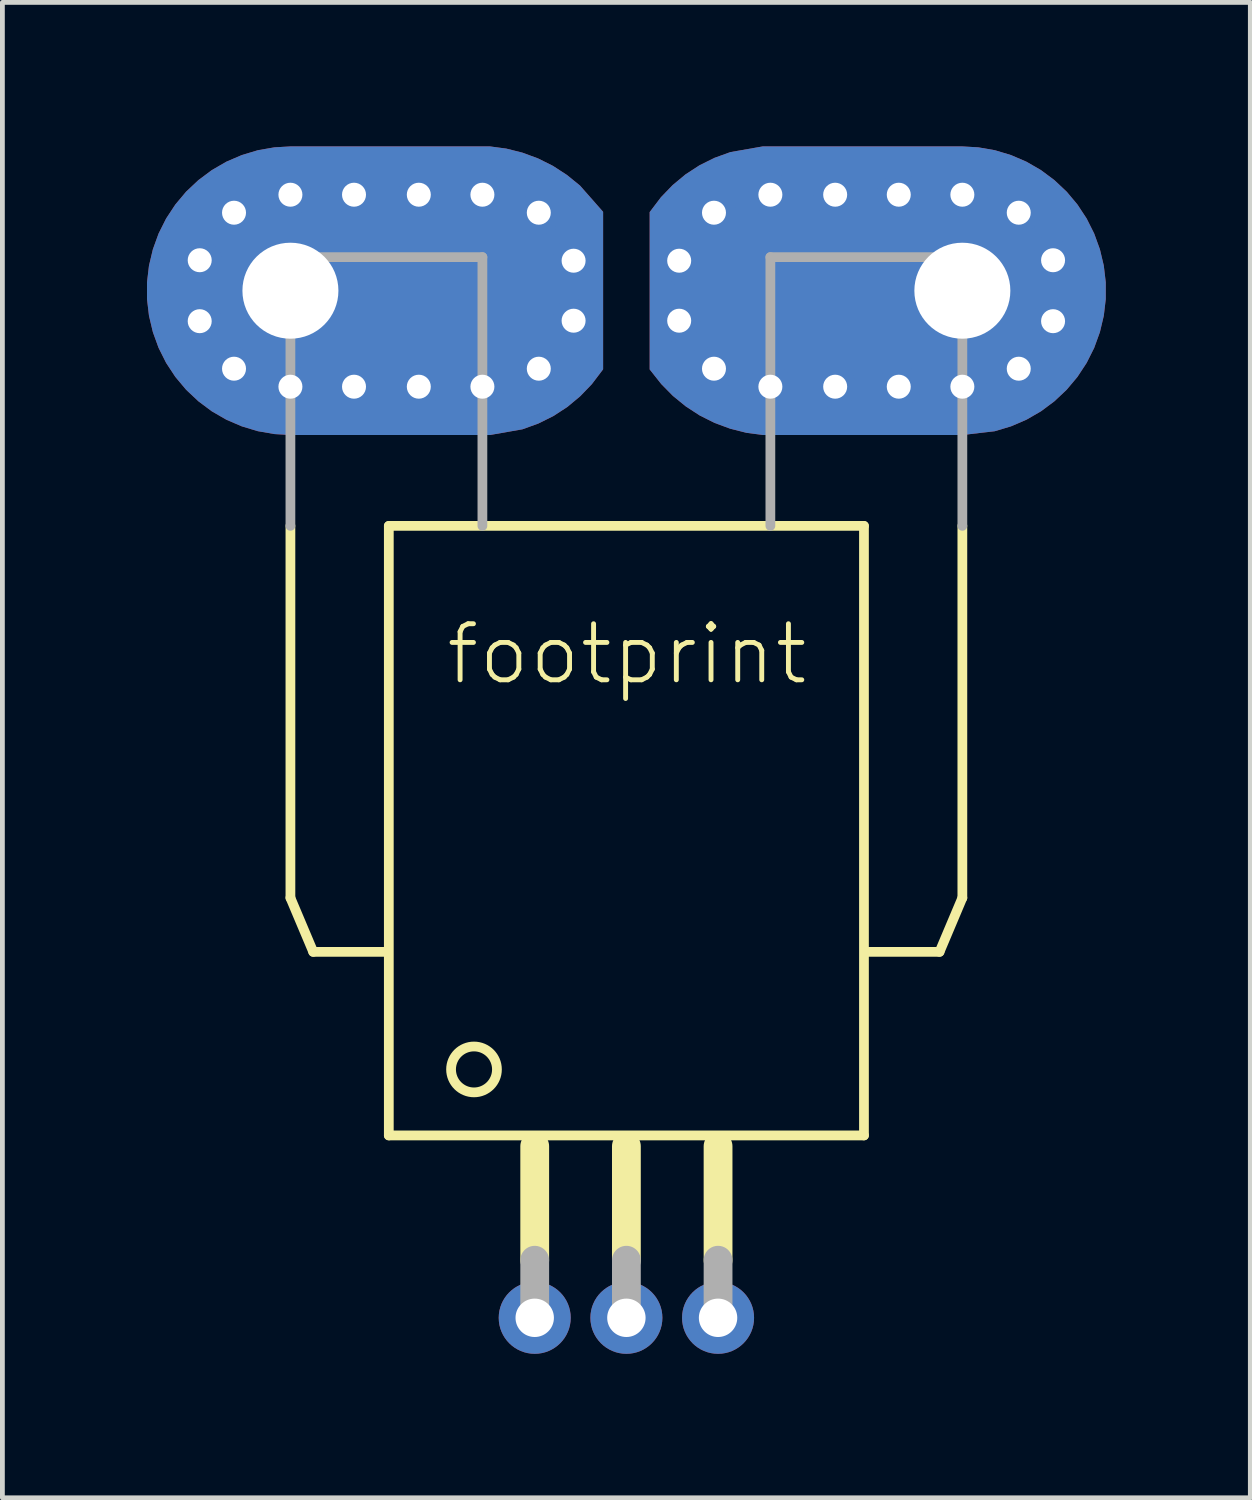
<source format=kicad_pcb>
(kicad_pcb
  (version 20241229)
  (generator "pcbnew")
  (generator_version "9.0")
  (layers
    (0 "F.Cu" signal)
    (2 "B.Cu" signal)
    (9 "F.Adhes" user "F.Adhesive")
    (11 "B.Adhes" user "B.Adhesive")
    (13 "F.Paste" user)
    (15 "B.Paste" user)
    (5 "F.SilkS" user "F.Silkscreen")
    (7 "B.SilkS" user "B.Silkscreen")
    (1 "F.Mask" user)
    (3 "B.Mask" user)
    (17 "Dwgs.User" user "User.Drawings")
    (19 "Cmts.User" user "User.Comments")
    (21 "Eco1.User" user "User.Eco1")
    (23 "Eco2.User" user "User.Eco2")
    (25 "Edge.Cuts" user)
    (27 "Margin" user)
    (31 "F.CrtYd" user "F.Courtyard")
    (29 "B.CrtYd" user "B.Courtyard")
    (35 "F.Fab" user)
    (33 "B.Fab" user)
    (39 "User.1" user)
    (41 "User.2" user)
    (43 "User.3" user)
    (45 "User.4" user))
  (footprint "footprint"
    (layer "F.Cu")
    (at 10.001 3.007)
    (property "Reference" "footprint" (at -3.81 8.255 0) (layer "F.SilkS") (effects (font (size 1.168 1.168) (thickness 0.102)) (justify left bottom)))
    (fp_poly (pts (xy -2.502 -2.961) (xy -2.165 -2.876) (xy -1.84 -2.756) (xy -1.53 -2.601) (xy -1.239 -2.412) (xy -0.967 -2.191) (xy -0.485 -1.644) (xy -0.485 1.638) (xy -0.721 1.949) (xy -0.963 2.2) (xy -1.231 2.423) (xy -1.523 2.613) (xy -1.835 2.768) (xy -2.167 2.888) (xy -2.844 3.007) (xy -6.989 3.007) (xy -7.334 2.987) (xy -7.679 2.927) (xy -8.014 2.826) (xy -8.335 2.688) (xy -8.638 2.513) (xy -8.918 2.304) (xy -9.173 2.064) (xy -9.398 1.796) (xy -9.59 1.504) (xy -9.747 1.191) (xy -9.866 0.863) (xy -9.947 0.522) (xy -9.988 0.175) (xy -9.988 -0.175) (xy -9.947 -0.522) (xy -9.866 -0.863) (xy -9.747 -1.191) (xy -9.59 -1.504) (xy -9.398 -1.796) (xy -9.173 -2.064) (xy -8.918 -2.304) (xy -8.638 -2.513) (xy -8.335 -2.688) (xy -8.014 -2.826) (xy -7.679 -2.927) (xy -7.334 -2.987) (xy -6.989 -3.007) (xy -2.847 -3.007)) (stroke (width 0) (type solid)) (fill yes) (layer "F.Cu"))
    (fp_poly (pts (xy 7.334 -2.987) (xy 7.679 -2.927) (xy 8.014 -2.826) (xy 8.335 -2.688) (xy 8.638 -2.513) (xy 8.918 -2.304) (xy 9.173 -2.064) (xy 9.398 -1.796) (xy 9.59 -1.504) (xy 9.747 -1.191) (xy 9.866 -0.863) (xy 9.947 -0.522) (xy 9.988 -0.175) (xy 9.988 0.175) (xy 9.947 0.522) (xy 9.866 0.863) (xy 9.747 1.191) (xy 9.59 1.504) (xy 9.398 1.796) (xy 9.173 2.064) (xy 8.918 2.304) (xy 8.638 2.513) (xy 8.335 2.688) (xy 8.014 2.826) (xy 7.674 2.928) (xy 6.994 3.007) (xy 2.847 3.007) (xy 2.502 2.961) (xy 2.165 2.876) (xy 1.84 2.756) (xy 1.53 2.601) (xy 1.239 2.412) (xy 0.97 2.193) (xy 0.727 1.946) (xy 0.485 1.64) (xy 0.485 -1.638) (xy 0.721 -1.949) (xy 0.963 -2.2) (xy 1.231 -2.423) (xy 1.523 -2.613) (xy 1.835 -2.768) (xy 2.167 -2.888) (xy 2.844 -3.007) (xy 6.989 -3.007)) (stroke (width 0) (type solid)) (fill yes) (layer "F.Cu"))
    (fp_poly (pts (xy -2.502 -2.961) (xy -2.165 -2.876) (xy -1.84 -2.756) (xy -1.53 -2.601) (xy -1.239 -2.412) (xy -0.967 -2.191) (xy -0.485 -1.644) (xy -0.485 1.638) (xy -0.721 1.949) (xy -0.963 2.2) (xy -1.231 2.423) (xy -1.523 2.613) (xy -1.835 2.768) (xy -2.167 2.888) (xy -2.844 3.007) (xy -6.989 3.007) (xy -7.334 2.987) (xy -7.679 2.927) (xy -8.014 2.826) (xy -8.335 2.688) (xy -8.638 2.513) (xy -8.918 2.304) (xy -9.173 2.064) (xy -9.398 1.796) (xy -9.59 1.504) (xy -9.747 1.191) (xy -9.866 0.863) (xy -9.947 0.522) (xy -9.988 0.175) (xy -9.988 -0.175) (xy -9.947 -0.522) (xy -9.866 -0.863) (xy -9.747 -1.191) (xy -9.59 -1.504) (xy -9.398 -1.796) (xy -9.173 -2.064) (xy -8.918 -2.304) (xy -8.638 -2.513) (xy -8.335 -2.688) (xy -8.014 -2.826) (xy -7.679 -2.927) (xy -7.334 -2.987) (xy -6.989 -3.007) (xy -2.847 -3.007)) (stroke (width 0) (type solid)) (fill yes) (layer "B.Cu"))
    (fp_poly (pts (xy 7.334 -2.987) (xy 7.679 -2.927) (xy 8.014 -2.826) (xy 8.335 -2.688) (xy 8.638 -2.513) (xy 8.918 -2.304) (xy 9.173 -2.064) (xy 9.398 -1.796) (xy 9.59 -1.504) (xy 9.747 -1.191) (xy 9.866 -0.863) (xy 9.947 -0.522) (xy 9.988 -0.175) (xy 9.988 0.175) (xy 9.947 0.522) (xy 9.866 0.863) (xy 9.747 1.191) (xy 9.59 1.504) (xy 9.398 1.796) (xy 9.173 2.064) (xy 8.918 2.304) (xy 8.638 2.513) (xy 8.335 2.688) (xy 8.014 2.826) (xy 7.674 2.928) (xy 6.994 3.007) (xy 2.847 3.007) (xy 2.502 2.961) (xy 2.165 2.876) (xy 1.84 2.756) (xy 1.53 2.601) (xy 1.239 2.412) (xy 0.97 2.193) (xy 0.727 1.946) (xy 0.485 1.64) (xy 0.485 -1.638) (xy 0.721 -1.949) (xy 0.963 -2.2) (xy 1.231 -2.423) (xy 1.523 -2.613) (xy 1.835 -2.768) (xy 2.167 -2.888) (xy 2.844 -3.007) (xy 6.989 -3.007)) (stroke (width 0) (type solid)) (fill yes) (layer "B.Cu"))
    (fp_line (start -7 4.9) (end -7 12.65) (stroke (width 0.203) (type solid)) (layer "F.SilkS"))
    (fp_line (start -6.525 13.775) (end -7 12.65) (stroke (width 0.203) (type solid)) (layer "F.SilkS"))
    (fp_line (start -6.525 13.775) (end -5.025 13.775) (stroke (width 0.203) (type solid)) (layer "F.SilkS"))
    (fp_line (start -4.95 4.9) (end -4.95 17.6) (stroke (width 0.203) (type solid)) (layer "F.SilkS"))
    (fp_line (start -4.95 4.9) (end 4.95 4.9) (stroke (width 0.203) (type solid)) (layer "F.SilkS"))
    (fp_line (start -4.95 17.6) (end 4.95 17.6) (stroke (width 0.203) (type solid)) (layer "F.SilkS"))
    (fp_line (start -1.91 20.2) (end -1.91 17.825) (stroke (width 0.6) (type solid)) (layer "F.SilkS"))
    (fp_line (start 0 20.2) (end 0 17.825) (stroke (width 0.6) (type solid)) (layer "F.SilkS"))
    (fp_line (start 1.91 20.2) (end 1.91 17.825) (stroke (width 0.6) (type solid)) (layer "F.SilkS"))
    (fp_line (start 4.95 17.6) (end 4.95 4.9) (stroke (width 0.203) (type solid)) (layer "F.SilkS"))
    (fp_line (start 6.525 13.775) (end 5 13.775) (stroke (width 0.203) (type solid)) (layer "F.SilkS"))
    (fp_line (start 6.525 13.775) (end 7 12.65) (stroke (width 0.203) (type solid)) (layer "F.SilkS"))
    (fp_line (start 7 4.9) (end 7 12.65) (stroke (width 0.203) (type solid)) (layer "F.SilkS"))
    (fp_circle (center -3.175 16.225) (end -2.697 16.225) (stroke (width 0.203) (type solid)) (fill no) (layer "F.SilkS"))
    (fp_line (start -7 -3) (end -3 -3) (stroke (width 0.001) (type solid)) (layer "Cmts.User"))
    (fp_line (start -7 3) (end -3 3) (stroke (width 0.001) (type solid)) (layer "Cmts.User"))
    (fp_line (start -0.5 -1.65) (end -0.5 1.65) (stroke (width 0.001) (type solid)) (layer "Cmts.User"))
    (fp_line (start 0.5 -1.65) (end 0.5 1.65) (stroke (width 0.001) (type solid)) (layer "Cmts.User"))
    (fp_line (start 7 -3) (end 3 -3) (stroke (width 0.001) (type solid)) (layer "Cmts.User"))
    (fp_line (start 7 3) (end 3 3) (stroke (width 0.001) (type solid)) (layer "Cmts.User"))
    (fp_arc (start -7 3) (mid -10 0) (end -7 -3) (stroke (width 0.001) (type solid)) (layer "Cmts.User"))
    (fp_arc (start -3 -3) (mid -1.579391 -2.640941) (end -0.499999 -1.65) (stroke (width 0.001) (type solid)) (layer "Cmts.User"))
    (fp_arc (start -0.499999 1.65) (mid -1.579391 2.640941) (end -3 3) (stroke (width 0.001) (type solid)) (layer "Cmts.User"))
    (fp_arc (start 0.499999 -1.65) (mid 1.579391 -2.640941) (end 3 -3) (stroke (width 0.001) (type solid)) (layer "Cmts.User"))
    (fp_arc (start 3 3) (mid 1.579391 2.640941) (end 0.499999 1.65) (stroke (width 0.001) (type solid)) (layer "Cmts.User"))
    (fp_arc (start 7 -3) (mid 10 0) (end 7 3) (stroke (width 0.001) (type solid)) (layer "Cmts.User"))
    (fp_circle (center -8.902 -0.618) (end -8.652 -0.618) (stroke (width 0.001) (type solid)) (fill no) (layer "Cmts.User"))
    (fp_circle (center -8.902 0.618) (end -8.652 0.618) (stroke (width 0.001) (type solid)) (fill no) (layer "Cmts.User"))
    (fp_circle (center -8.176 1.618) (end -7.926 1.618) (stroke (width 0.001) (type solid)) (fill no) (layer "Cmts.User"))
    (fp_circle (center -8.176 -1.618) (end -7.926 -1.618) (stroke (width 0.001) (type solid)) (fill no) (layer "Cmts.User"))
    (fp_circle (center -7 -2) (end -6.75 -2) (stroke (width 0.001) (type solid)) (fill no) (layer "Cmts.User"))
    (fp_circle (center -7 2) (end -6.75 2) (stroke (width 0.001) (type solid)) (fill no) (layer "Cmts.User"))
    (fp_circle (center -5.667 2) (end -5.417 2) (stroke (width 0.001) (type solid)) (fill no) (layer "Cmts.User"))
    (fp_circle (center -5.667 -2) (end -5.417 -2) (stroke (width 0.001) (type solid)) (fill no) (layer "Cmts.User"))
    (fp_circle (center -4.333 2) (end -4.083 2) (stroke (width 0.001) (type solid)) (fill no) (layer "Cmts.User"))
    (fp_circle (center -4.333 -2) (end -4.083 -2) (stroke (width 0.001) (type solid)) (fill no) (layer "Cmts.User"))
    (fp_circle (center -3 -2) (end -2.75 -2) (stroke (width 0.001) (type solid)) (fill no) (layer "Cmts.User"))
    (fp_circle (center -3 2) (end -2.75 2) (stroke (width 0.001) (type solid)) (fill no) (layer "Cmts.User"))
    (fp_circle (center -1.824 1.618) (end -1.574 1.618) (stroke (width 0.001) (type solid)) (fill no) (layer "Cmts.User"))
    (fp_circle (center -1.824 -1.618) (end -1.574 -1.618) (stroke (width 0.001) (type solid)) (fill no) (layer "Cmts.User"))
    (fp_circle (center -1.098 -0.618) (end -0.848 -0.618) (stroke (width 0.001) (type solid)) (fill no) (layer "Cmts.User"))
    (fp_circle (center -1.098 0.618) (end -0.848 0.618) (stroke (width 0.001) (type solid)) (fill no) (layer "Cmts.User"))
    (fp_circle (center 1.098 -0.618) (end 1.348 -0.618) (stroke (width 0.001) (type solid)) (fill no) (layer "Cmts.User"))
    (fp_circle (center 1.098 0.618) (end 1.348 0.618) (stroke (width 0.001) (type solid)) (fill no) (layer "Cmts.User"))
    (fp_circle (center 1.824 1.618) (end 2.074 1.618) (stroke (width 0.001) (type solid)) (fill no) (layer "Cmts.User"))
    (fp_circle (center 1.824 -1.618) (end 2.074 -1.618) (stroke (width 0.001) (type solid)) (fill no) (layer "Cmts.User"))
    (fp_circle (center 3 -2) (end 3.25 -2) (stroke (width 0.001) (type solid)) (fill no) (layer "Cmts.User"))
    (fp_circle (center 3 2) (end 3.25 2) (stroke (width 0.001) (type solid)) (fill no) (layer "Cmts.User"))
    (fp_circle (center 4.333 2) (end 4.583 2) (stroke (width 0.001) (type solid)) (fill no) (layer "Cmts.User"))
    (fp_circle (center 4.333 -2) (end 4.583 -2) (stroke (width 0.001) (type solid)) (fill no) (layer "Cmts.User"))
    (fp_circle (center 5.667 2) (end 5.917 2) (stroke (width 0.001) (type solid)) (fill no) (layer "Cmts.User"))
    (fp_circle (center 5.667 -2) (end 5.917 -2) (stroke (width 0.001) (type solid)) (fill no) (layer "Cmts.User"))
    (fp_circle (center 7 -2) (end 7.25 -2) (stroke (width 0.001) (type solid)) (fill no) (layer "Cmts.User"))
    (fp_circle (center 7 2) (end 7.25 2) (stroke (width 0.001) (type solid)) (fill no) (layer "Cmts.User"))
    (fp_circle (center 8.176 1.618) (end 8.426 1.618) (stroke (width 0.001) (type solid)) (fill no) (layer "Cmts.User"))
    (fp_circle (center 8.176 -1.618) (end 8.426 -1.618) (stroke (width 0.001) (type solid)) (fill no) (layer "Cmts.User"))
    (fp_circle (center 8.902 -0.618) (end 9.152 -0.618) (stroke (width 0.001) (type solid)) (fill no) (layer "Cmts.User"))
    (fp_circle (center 8.902 0.618) (end 9.152 0.618) (stroke (width 0.001) (type solid)) (fill no) (layer "Cmts.User"))
    (fp_line (start -7 -0.7) (end -7 4.9) (stroke (width 0.203) (type solid)) (layer "F.Fab"))
    (fp_line (start -7 -0.7) (end -3 -0.7) (stroke (width 0.203) (type solid)) (layer "F.Fab"))
    (fp_line (start -3 -0.7) (end -3 4.9) (stroke (width 0.203) (type solid)) (layer "F.Fab"))
    (fp_line (start -1.91 21.4) (end -1.91 20.2) (stroke (width 0.6) (type solid)) (layer "F.Fab"))
    (fp_line (start 0 21.4) (end 0 20.2) (stroke (width 0.6) (type solid)) (layer "F.Fab"))
    (fp_line (start 1.91 21.4) (end 1.91 20.2) (stroke (width 0.6) (type solid)) (layer "F.Fab"))
    (fp_line (start 3 -0.7) (end 3 4.9) (stroke (width 0.203) (type solid)) (layer "F.Fab"))
    (fp_line (start 7 -0.7) (end 3 -0.7) (stroke (width 0.203) (type solid)) (layer "F.Fab"))
    (fp_line (start 7 4.9) (end 7 -0.7) (stroke (width 0.203) (type solid)) (layer "F.Fab"))
    (pad "1" thru_hole circle (at -1.91 21.4) (size 1.5 1.5) (drill 0.8) (layers "*.Cu" "*.Mask"))
    (pad "2" thru_hole circle (at 0 21.4) (size 1.5 1.5) (drill 0.8) (layers "*.Cu" "*.Mask"))
    (pad "3" thru_hole circle (at 1.91 21.4) (size 1.5 1.5) (drill 0.8) (layers "*.Cu" "*.Mask"))
    (pad "IP+" thru_hole oval (at 7 0 180) (size 8 4) (drill 2 (offset 2 0)) (layers "*.Cu" "*.Mask"))
    (pad "IP+@2" thru_hole circle (at 8.89 -0.635) (size 0.9 0.9) (drill 0.5) (layers "*.Cu" "*.Mask"))
    (pad "IP+@3" thru_hole circle (at 8.89 0.635) (size 0.9 0.9) (drill 0.5) (layers "*.Cu" "*.Mask"))
    (pad "IP+@4" thru_hole circle (at 8.175 1.625) (size 0.9 0.9) (drill 0.5) (layers "*.Cu" "*.Mask"))
    (pad "IP+@5" thru_hole circle (at 7 2) (size 0.9 0.9) (drill 0.5) (layers "*.Cu" "*.Mask"))
    (pad "IP+@6" thru_hole circle (at 5.675 2) (size 0.9 0.9) (drill 0.5) (layers "*.Cu" "*.Mask"))
    (pad "IP+@7" thru_hole circle (at 4.35 2) (size 0.9 0.9) (drill 0.5) (layers "*.Cu" "*.Mask"))
    (pad "IP+@8" thru_hole circle (at 3 2) (size 0.9 0.9) (drill 0.5) (layers "*.Cu" "*.Mask"))
    (pad "IP+@9" thru_hole circle (at 1.825 1.625) (size 0.9 0.9) (drill 0.5) (layers "*.Cu" "*.Mask"))
    (pad "IP+@10" thru_hole circle (at 1.1 0.625) (size 0.9 0.9) (drill 0.5) (layers "*.Cu" "*.Mask"))
    (pad "IP+@11" thru_hole circle (at 1.1 -0.625) (size 0.9 0.9) (drill 0.5) (layers "*.Cu" "*.Mask"))
    (pad "IP+@12" thru_hole circle (at 1.825 -1.625) (size 0.9 0.9) (drill 0.5) (layers "*.Cu" "*.Mask"))
    (pad "IP+@13" thru_hole circle (at 3 -2) (size 0.9 0.9) (drill 0.5) (layers "*.Cu" "*.Mask"))
    (pad "IP+@14" thru_hole circle (at 4.35 -2) (size 0.9 0.9) (drill 0.5) (layers "*.Cu" "*.Mask"))
    (pad "IP+@15" thru_hole circle (at 5.675 -2) (size 0.9 0.9) (drill 0.5) (layers "*.Cu" "*.Mask"))
    (pad "IP+@16" thru_hole circle (at 7 -2) (size 0.9 0.9) (drill 0.5) (layers "*.Cu" "*.Mask"))
    (pad "IP+@17" thru_hole circle (at 8.175 -1.625) (size 0.9 0.9) (drill 0.5) (layers "*.Cu" "*.Mask"))
    (pad "IP-" thru_hole oval (at -7 0) (size 8 4) (drill 2 (offset 2 0)) (layers "*.Cu" "*.Mask"))
    (pad "IP-@2" thru_hole circle (at -8.89 -0.635 180) (size 0.9 0.9) (drill 0.5) (layers "*.Cu" "*.Mask"))
    (pad "IP-@3" thru_hole circle (at -8.89 0.635 180) (size 0.9 0.9) (drill 0.5) (layers "*.Cu" "*.Mask"))
    (pad "IP-@4" thru_hole circle (at -8.175 1.625 180) (size 0.9 0.9) (drill 0.5) (layers "*.Cu" "*.Mask"))
    (pad "IP-@5" thru_hole circle (at -7 2 180) (size 0.9 0.9) (drill 0.5) (layers "*.Cu" "*.Mask"))
    (pad "IP-@6" thru_hole circle (at -5.675 2 180) (size 0.9 0.9) (drill 0.5) (layers "*.Cu" "*.Mask"))
    (pad "IP-@7" thru_hole circle (at -4.325 2 180) (size 0.9 0.9) (drill 0.5) (layers "*.Cu" "*.Mask"))
    (pad "IP-@8" thru_hole circle (at -3 2 180) (size 0.9 0.9) (drill 0.5) (layers "*.Cu" "*.Mask"))
    (pad "IP-@9" thru_hole circle (at -1.825 1.625 180) (size 0.9 0.9) (drill 0.5) (layers "*.Cu" "*.Mask"))
    (pad "IP-@10" thru_hole circle (at -1.1 0.625 180) (size 0.9 0.9) (drill 0.5) (layers "*.Cu" "*.Mask"))
    (pad "IP-@11" thru_hole circle (at -1.1 -0.625 180) (size 0.9 0.9) (drill 0.5) (layers "*.Cu" "*.Mask"))
    (pad "IP-@12" thru_hole circle (at -1.825 -1.625 180) (size 0.9 0.9) (drill 0.5) (layers "*.Cu" "*.Mask"))
    (pad "IP-@13" thru_hole circle (at -3 -2 180) (size 0.9 0.9) (drill 0.5) (layers "*.Cu" "*.Mask"))
    (pad "IP-@14" thru_hole circle (at -4.325 -2 180) (size 0.9 0.9) (drill 0.5) (layers "*.Cu" "*.Mask"))
    (pad "IP-@15" thru_hole circle (at -5.675 -2 180) (size 0.9 0.9) (drill 0.5) (layers "*.Cu" "*.Mask"))
    (pad "IP-@16" thru_hole circle (at -7 -2 180) (size 0.9 0.9) (drill 0.5) (layers "*.Cu" "*.Mask"))
    (pad "IP-@17" thru_hole circle (at -8.175 -1.625 180) (size 0.9 0.9) (drill 0.5) (layers "*.Cu" "*.Mask"))
    (zone (net_name "") (layer "F.Cu") (hatch edge 0.508) (connect_pads) (min_thickness 0.254) (filled_areas_thickness no) (keepout (tracks not_allowed) (vias not_allowed) (pads not_allowed) (copperpour not_allowed) (footprints allowed)) (placement (enabled no)) (fill) (polygon (pts (xy 9.683 5.23) (xy 10.318 5.23) (xy 10.318 0.785) (xy 9.683 0.785))))
    (zone (net_name "") (layers "F.Cu" "B.Cu") (hatch edge 0.508) (connect_pads) (min_thickness 0.254) (filled_areas_thickness no) (keepout (tracks allowed) (vias not_allowed) (pads allowed) (copperpour allowed) (footprints allowed)) (placement (enabled no)) (fill) (polygon (pts (xy 9.683 5.23) (xy 10.318 5.23) (xy 10.318 0.785) (xy 9.683 0.785))))
    (zone (net_name "") (layer "B.Cu") (hatch edge 0.508) (connect_pads) (min_thickness 0.254) (filled_areas_thickness no) (keepout (tracks not_allowed) (vias not_allowed) (pads not_allowed) (copperpour not_allowed) (footprints allowed)) (placement (enabled no)) (fill) (polygon (pts (xy 9.683 5.23) (xy 10.318 5.23) (xy 10.318 0.785) (xy 9.683 0.785)))))
  (gr_rect
    (start -3 -3)
    (end 23.001 28.157)
    (stroke (width 0.1) (type default))
    (fill no)
    (layer "Edge.Cuts")))
</source>
